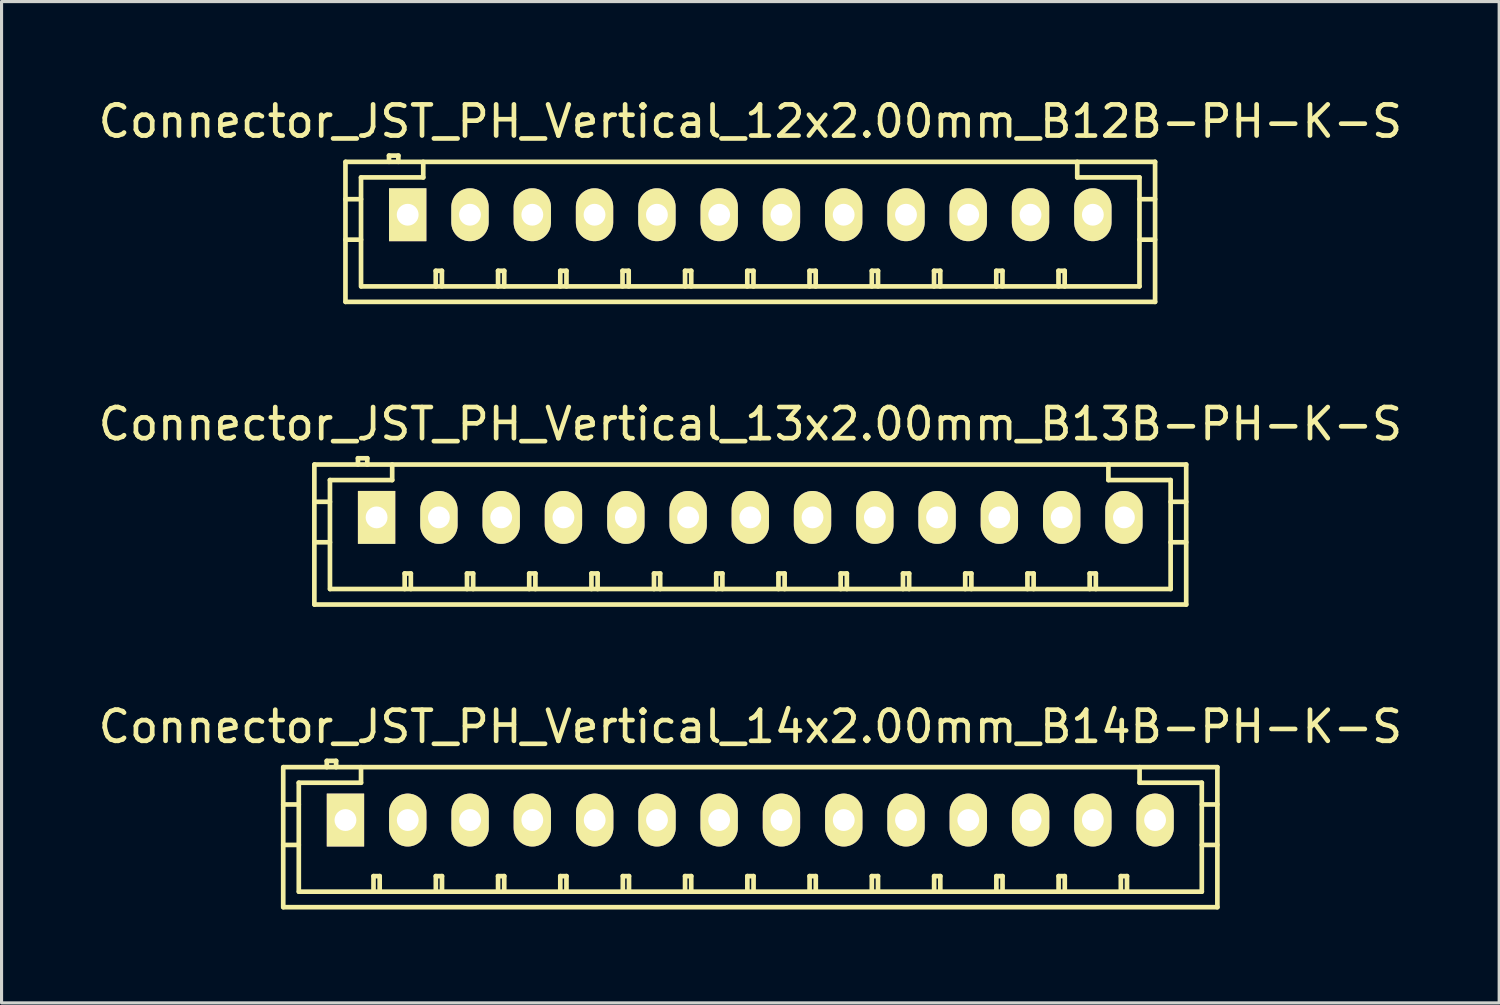
<source format=kicad_pcb>
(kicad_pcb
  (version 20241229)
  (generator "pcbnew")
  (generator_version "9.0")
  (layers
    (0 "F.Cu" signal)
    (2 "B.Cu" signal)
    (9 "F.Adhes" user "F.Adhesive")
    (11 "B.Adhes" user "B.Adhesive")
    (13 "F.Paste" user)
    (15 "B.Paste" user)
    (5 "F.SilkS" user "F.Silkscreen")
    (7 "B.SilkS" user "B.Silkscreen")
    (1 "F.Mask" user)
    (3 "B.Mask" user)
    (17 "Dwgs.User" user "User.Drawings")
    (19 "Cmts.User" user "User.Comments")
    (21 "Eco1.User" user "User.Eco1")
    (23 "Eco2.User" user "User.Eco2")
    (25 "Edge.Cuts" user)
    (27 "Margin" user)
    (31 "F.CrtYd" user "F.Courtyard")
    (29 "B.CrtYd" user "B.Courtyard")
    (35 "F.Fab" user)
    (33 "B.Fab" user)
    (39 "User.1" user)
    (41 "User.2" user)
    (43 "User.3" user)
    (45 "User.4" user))
  (footprint "Connector_JST_PH_Vertical_14x2.00mm_B14B-PH-K-S"
    (layer "F.Cu")
    (at 8.054 23.292)
    (property "Reference" "Connector_JST_PH_Vertical_14x2.00mm_B14B-PH-K-S" (at 13 -3 0) (layer "F.SilkS") (effects (font (size 1 1) (thickness 0.15))))
    (attr through_hole)
    (fp_line (start -2.006 -1.699) (end -2.006 2.799) (stroke (width 0.15) (type solid)) (layer "F.SilkS"))
    (fp_line (start -2.001 -1.699) (end 28.001 -1.699) (stroke (width 0.15) (type solid)) (layer "F.SilkS"))
    (fp_line (start -2.001 2.799) (end 28.001 2.799) (stroke (width 0.15) (type solid)) (layer "F.SilkS"))
    (fp_line (start -1.506 -1.199) (end -1.506 2.301) (stroke (width 0.15) (type solid)) (layer "F.SilkS"))
    (fp_line (start -1.506 -0.5) (end -2.006 -0.5) (stroke (width 0.15) (type solid)) (layer "F.SilkS"))
    (fp_line (start -1.506 0.8) (end -2.006 0.8) (stroke (width 0.15) (type solid)) (layer "F.SilkS"))
    (fp_line (start -0.607 -1.9) (end -0.607 -1.699) (stroke (width 0.15) (type solid)) (layer "F.SilkS"))
    (fp_line (start -0.307 -1.9) (end -0.607 -1.9) (stroke (width 0.15) (type solid)) (layer "F.SilkS"))
    (fp_line (start -0.307 -1.699) (end -0.307 -1.9) (stroke (width 0.15) (type solid)) (layer "F.SilkS"))
    (fp_line (start 0.493 -1.699) (end 0.493 -1.199) (stroke (width 0.15) (type solid)) (layer "F.SilkS"))
    (fp_line (start 0.493 -1.199) (end -1.506 -1.199) (stroke (width 0.15) (type solid)) (layer "F.SilkS"))
    (fp_line (start 0.894 1.801) (end 1.092 1.801) (stroke (width 0.15) (type solid)) (layer "F.SilkS"))
    (fp_line (start 0.894 2.301) (end 0.894 1.801) (stroke (width 0.15) (type solid)) (layer "F.SilkS"))
    (fp_line (start 1.092 1.801) (end 1.092 2.301) (stroke (width 0.15) (type solid)) (layer "F.SilkS"))
    (fp_line (start 2.896 1.801) (end 3.094 1.801) (stroke (width 0.15) (type solid)) (layer "F.SilkS"))
    (fp_line (start 2.896 2.301) (end 2.896 1.801) (stroke (width 0.15) (type solid)) (layer "F.SilkS"))
    (fp_line (start 3.094 1.801) (end 3.094 2.301) (stroke (width 0.15) (type solid)) (layer "F.SilkS"))
    (fp_line (start 4.895 1.801) (end 5.093 1.801) (stroke (width 0.15) (type solid)) (layer "F.SilkS"))
    (fp_line (start 4.895 2.301) (end 4.895 1.801) (stroke (width 0.15) (type solid)) (layer "F.SilkS"))
    (fp_line (start 5.093 1.801) (end 5.093 2.301) (stroke (width 0.15) (type solid)) (layer "F.SilkS"))
    (fp_line (start 6.894 1.801) (end 7.092 1.801) (stroke (width 0.15) (type solid)) (layer "F.SilkS"))
    (fp_line (start 6.894 2.301) (end 6.894 1.801) (stroke (width 0.15) (type solid)) (layer "F.SilkS"))
    (fp_line (start 7.092 1.801) (end 7.092 2.301) (stroke (width 0.15) (type solid)) (layer "F.SilkS"))
    (fp_line (start 8.903 1.801) (end 9.101 1.801) (stroke (width 0.15) (type solid)) (layer "F.SilkS"))
    (fp_line (start 8.903 2.301) (end 8.903 1.801) (stroke (width 0.15) (type solid)) (layer "F.SilkS"))
    (fp_line (start 9.101 1.801) (end 9.101 2.301) (stroke (width 0.15) (type solid)) (layer "F.SilkS"))
    (fp_line (start 10.902 1.801) (end 11.1 1.801) (stroke (width 0.15) (type solid)) (layer "F.SilkS"))
    (fp_line (start 10.902 2.301) (end 10.902 1.801) (stroke (width 0.15) (type solid)) (layer "F.SilkS"))
    (fp_line (start 11.1 1.801) (end 11.1 2.301) (stroke (width 0.15) (type solid)) (layer "F.SilkS"))
    (fp_line (start 12.903 1.801) (end 13.102 1.801) (stroke (width 0.15) (type solid)) (layer "F.SilkS"))
    (fp_line (start 12.903 2.301) (end 12.903 1.801) (stroke (width 0.15) (type solid)) (layer "F.SilkS"))
    (fp_line (start 13.102 1.801) (end 13.102 2.301) (stroke (width 0.15) (type solid)) (layer "F.SilkS"))
    (fp_line (start 14.902 1.801) (end 15.101 1.801) (stroke (width 0.15) (type solid)) (layer "F.SilkS"))
    (fp_line (start 14.902 2.301) (end 14.902 1.801) (stroke (width 0.15) (type solid)) (layer "F.SilkS"))
    (fp_line (start 15.101 1.801) (end 15.101 2.301) (stroke (width 0.15) (type solid)) (layer "F.SilkS"))
    (fp_line (start 16.901 1.801) (end 17.1 1.801) (stroke (width 0.15) (type solid)) (layer "F.SilkS"))
    (fp_line (start 16.901 2.301) (end 16.901 1.801) (stroke (width 0.15) (type solid)) (layer "F.SilkS"))
    (fp_line (start 17.1 1.801) (end 17.1 2.301) (stroke (width 0.15) (type solid)) (layer "F.SilkS"))
    (fp_line (start 18.903 1.801) (end 19.101 1.801) (stroke (width 0.15) (type solid)) (layer "F.SilkS"))
    (fp_line (start 18.903 2.301) (end 18.903 1.801) (stroke (width 0.15) (type solid)) (layer "F.SilkS"))
    (fp_line (start 19.101 1.801) (end 19.101 2.301) (stroke (width 0.15) (type solid)) (layer "F.SilkS"))
    (fp_line (start 20.902 1.801) (end 21.1 1.801) (stroke (width 0.15) (type solid)) (layer "F.SilkS"))
    (fp_line (start 20.902 2.301) (end 20.902 1.801) (stroke (width 0.15) (type solid)) (layer "F.SilkS"))
    (fp_line (start 21.1 1.801) (end 21.1 2.301) (stroke (width 0.15) (type solid)) (layer "F.SilkS"))
    (fp_line (start 22.901 1.801) (end 23.099 1.801) (stroke (width 0.15) (type solid)) (layer "F.SilkS"))
    (fp_line (start 22.901 2.301) (end 22.901 1.801) (stroke (width 0.15) (type solid)) (layer "F.SilkS"))
    (fp_line (start 23.099 1.801) (end 23.099 2.301) (stroke (width 0.15) (type solid)) (layer "F.SilkS"))
    (fp_line (start 24.9 1.801) (end 25.098 1.801) (stroke (width 0.15) (type solid)) (layer "F.SilkS"))
    (fp_line (start 24.9 2.301) (end 24.9 1.801) (stroke (width 0.15) (type solid)) (layer "F.SilkS"))
    (fp_line (start 25.098 1.801) (end 25.098 2.301) (stroke (width 0.15) (type solid)) (layer "F.SilkS"))
    (fp_line (start 25.502 -1.199) (end 25.502 -1.699) (stroke (width 0.15) (type solid)) (layer "F.SilkS"))
    (fp_line (start 27.501 -1.199) (end 25.502 -1.199) (stroke (width 0.15) (type solid)) (layer "F.SilkS"))
    (fp_line (start 27.501 0.8) (end 28.001 0.8) (stroke (width 0.15) (type solid)) (layer "F.SilkS"))
    (fp_line (start 27.501 2.301) (end -1.501 2.301) (stroke (width 0.15) (type solid)) (layer "F.SilkS"))
    (fp_line (start 27.501 2.301) (end 27.501 -1.199) (stroke (width 0.15) (type solid)) (layer "F.SilkS"))
    (fp_line (start 28.001 -1.699) (end 28.001 2.799) (stroke (width 0.15) (type solid)) (layer "F.SilkS"))
    (fp_line (start 28.001 -0.5) (end 27.501 -0.5) (stroke (width 0.15) (type solid)) (layer "F.SilkS"))
    (pad "1" thru_hole rect (at -0.007 0) (size 1.199 1.699) (drill 0.701) (layers "*.Cu" "*.Mask" "F.SilkS"))
    (pad "2" thru_hole oval (at 1.994 0) (size 1.199 1.699) (drill 0.701) (layers "*.Cu" "*.Mask" "F.SilkS"))
    (pad "3" thru_hole oval (at 3.996 0) (size 1.199 1.699) (drill 0.701) (layers "*.Cu" "*.Mask" "F.SilkS"))
    (pad "4" thru_hole oval (at 5.995 0) (size 1.199 1.699) (drill 0.701) (layers "*.Cu" "*.Mask" "F.SilkS"))
    (pad "5" thru_hole oval (at 7.999 0) (size 1.199 1.699) (drill 0.701) (layers "*.Cu" "*.Mask" "F.SilkS"))
    (pad "6" thru_hole oval (at 10 0) (size 1.199 1.699) (drill 0.701) (layers "*.Cu" "*.Mask" "F.SilkS"))
    (pad "7" thru_hole oval (at 11.997 0) (size 1.199 1.699) (drill 0.701) (layers "*.Cu" "*.Mask" "F.SilkS"))
    (pad "8" thru_hole oval (at 13.998 0) (size 1.199 1.699) (drill 0.701) (layers "*.Cu" "*.Mask" "F.SilkS"))
    (pad "9" thru_hole oval (at 16 0) (size 1.199 1.699) (drill 0.701) (layers "*.Cu" "*.Mask" "F.SilkS"))
    (pad "10" thru_hole oval (at 17.999 0) (size 1.199 1.699) (drill 0.701) (layers "*.Cu" "*.Mask" "F.SilkS"))
    (pad "11" thru_hole oval (at 20 0) (size 1.199 1.699) (drill 0.701) (layers "*.Cu" "*.Mask" "F.SilkS"))
    (pad "12" thru_hole oval (at 22.002 0) (size 1.199 1.699) (drill 0.701) (layers "*.Cu" "*.Mask" "F.SilkS"))
    (pad "13" thru_hole oval (at 24.001 0) (size 1.199 1.699) (drill 0.701) (layers "*.Cu" "*.Mask" "F.SilkS"))
    (pad "14" thru_hole oval (at 26 0) (size 1.199 1.699) (drill 0.701) (layers "*.Cu" "*.Mask" "F.SilkS")))
  (footprint "Connector_JST_PH_Vertical_13x2.00mm_B13B-PH-K-S"
    (layer "F.Cu")
    (at 9.054 13.57)
    (property "Reference" "Connector_JST_PH_Vertical_13x2.00mm_B13B-PH-K-S" (at 12 -3 0) (layer "F.SilkS") (effects (font (size 1 1) (thickness 0.15))))
    (attr through_hole)
    (fp_line (start -2.006 -1.699) (end -2.006 2.799) (stroke (width 0.15) (type solid)) (layer "F.SilkS"))
    (fp_line (start -1.505 -1.199) (end -1.505 2.301) (stroke (width 0.15) (type solid)) (layer "F.SilkS"))
    (fp_line (start -1.505 -0.5) (end -2.006 -0.5) (stroke (width 0.15) (type solid)) (layer "F.SilkS"))
    (fp_line (start -1.505 0.8) (end -2.006 0.8) (stroke (width 0.15) (type solid)) (layer "F.SilkS"))
    (fp_line (start -1.5 2.301) (end 25.5 2.301) (stroke (width 0.15) (type solid)) (layer "F.SilkS"))
    (fp_line (start -0.606 -1.9) (end -0.606 -1.699) (stroke (width 0.15) (type solid)) (layer "F.SilkS"))
    (fp_line (start -0.306 -1.9) (end -0.606 -1.9) (stroke (width 0.15) (type solid)) (layer "F.SilkS"))
    (fp_line (start -0.306 -1.699) (end -0.306 -1.9) (stroke (width 0.15) (type solid)) (layer "F.SilkS"))
    (fp_line (start 0.494 -1.699) (end 0.494 -1.199) (stroke (width 0.15) (type solid)) (layer "F.SilkS"))
    (fp_line (start 0.494 -1.199) (end -1.505 -1.199) (stroke (width 0.15) (type solid)) (layer "F.SilkS"))
    (fp_line (start 0.895 1.801) (end 1.093 1.801) (stroke (width 0.15) (type solid)) (layer "F.SilkS"))
    (fp_line (start 0.895 2.301) (end 0.895 1.801) (stroke (width 0.15) (type solid)) (layer "F.SilkS"))
    (fp_line (start 1.093 1.801) (end 1.093 2.301) (stroke (width 0.15) (type solid)) (layer "F.SilkS"))
    (fp_line (start 2.897 1.801) (end 3.095 1.801) (stroke (width 0.15) (type solid)) (layer "F.SilkS"))
    (fp_line (start 2.897 2.301) (end 2.897 1.801) (stroke (width 0.15) (type solid)) (layer "F.SilkS"))
    (fp_line (start 3.095 1.801) (end 3.095 2.301) (stroke (width 0.15) (type solid)) (layer "F.SilkS"))
    (fp_line (start 4.896 1.801) (end 5.094 1.801) (stroke (width 0.15) (type solid)) (layer "F.SilkS"))
    (fp_line (start 4.896 2.301) (end 4.896 1.801) (stroke (width 0.15) (type solid)) (layer "F.SilkS"))
    (fp_line (start 5.094 1.801) (end 5.094 2.301) (stroke (width 0.15) (type solid)) (layer "F.SilkS"))
    (fp_line (start 6.895 1.801) (end 7.093 1.801) (stroke (width 0.15) (type solid)) (layer "F.SilkS"))
    (fp_line (start 6.895 2.301) (end 6.895 1.801) (stroke (width 0.15) (type solid)) (layer "F.SilkS"))
    (fp_line (start 7.093 1.801) (end 7.093 2.301) (stroke (width 0.15) (type solid)) (layer "F.SilkS"))
    (fp_line (start 8.904 1.801) (end 9.102 1.801) (stroke (width 0.15) (type solid)) (layer "F.SilkS"))
    (fp_line (start 8.904 2.301) (end 8.904 1.801) (stroke (width 0.15) (type solid)) (layer "F.SilkS"))
    (fp_line (start 9.102 1.801) (end 9.102 2.301) (stroke (width 0.15) (type solid)) (layer "F.SilkS"))
    (fp_line (start 10.903 1.801) (end 11.101 1.801) (stroke (width 0.15) (type solid)) (layer "F.SilkS"))
    (fp_line (start 10.903 2.301) (end 10.903 1.801) (stroke (width 0.15) (type solid)) (layer "F.SilkS"))
    (fp_line (start 11.101 1.801) (end 11.101 2.301) (stroke (width 0.15) (type solid)) (layer "F.SilkS"))
    (fp_line (start 12.902 1.801) (end 13.1 1.801) (stroke (width 0.15) (type solid)) (layer "F.SilkS"))
    (fp_line (start 12.902 2.301) (end 12.902 1.801) (stroke (width 0.15) (type solid)) (layer "F.SilkS"))
    (fp_line (start 13.1 1.801) (end 13.1 2.301) (stroke (width 0.15) (type solid)) (layer "F.SilkS"))
    (fp_line (start 14.901 1.801) (end 15.099 1.801) (stroke (width 0.15) (type solid)) (layer "F.SilkS"))
    (fp_line (start 14.901 2.301) (end 14.901 1.801) (stroke (width 0.15) (type solid)) (layer "F.SilkS"))
    (fp_line (start 15.099 1.801) (end 15.099 2.301) (stroke (width 0.15) (type solid)) (layer "F.SilkS"))
    (fp_line (start 16.902 1.801) (end 17.1 1.801) (stroke (width 0.15) (type solid)) (layer "F.SilkS"))
    (fp_line (start 16.902 2.301) (end 16.902 1.801) (stroke (width 0.15) (type solid)) (layer "F.SilkS"))
    (fp_line (start 17.1 1.801) (end 17.1 2.301) (stroke (width 0.15) (type solid)) (layer "F.SilkS"))
    (fp_line (start 18.901 1.801) (end 19.099 1.801) (stroke (width 0.15) (type solid)) (layer "F.SilkS"))
    (fp_line (start 18.901 2.301) (end 18.901 1.801) (stroke (width 0.15) (type solid)) (layer "F.SilkS"))
    (fp_line (start 19.099 1.801) (end 19.099 2.301) (stroke (width 0.15) (type solid)) (layer "F.SilkS"))
    (fp_line (start 20.9 1.801) (end 21.098 1.801) (stroke (width 0.15) (type solid)) (layer "F.SilkS"))
    (fp_line (start 20.9 2.301) (end 20.9 1.801) (stroke (width 0.15) (type solid)) (layer "F.SilkS"))
    (fp_line (start 21.098 1.801) (end 21.098 2.301) (stroke (width 0.15) (type solid)) (layer "F.SilkS"))
    (fp_line (start 22.899 1.801) (end 23.097 1.801) (stroke (width 0.15) (type solid)) (layer "F.SilkS"))
    (fp_line (start 22.899 2.301) (end 22.899 1.801) (stroke (width 0.15) (type solid)) (layer "F.SilkS"))
    (fp_line (start 23.097 1.801) (end 23.097 2.301) (stroke (width 0.15) (type solid)) (layer "F.SilkS"))
    (fp_line (start 23.501 -1.199) (end 23.501 -1.699) (stroke (width 0.15) (type solid)) (layer "F.SilkS"))
    (fp_line (start 25.5 -1.199) (end 23.501 -1.199) (stroke (width 0.15) (type solid)) (layer "F.SilkS"))
    (fp_line (start 25.5 0.8) (end 26 0.8) (stroke (width 0.15) (type solid)) (layer "F.SilkS"))
    (fp_line (start 25.5 2.301) (end 25.5 -1.199) (stroke (width 0.15) (type solid)) (layer "F.SilkS"))
    (fp_line (start 26 -1.699) (end -2 -1.699) (stroke (width 0.15) (type solid)) (layer "F.SilkS"))
    (fp_line (start 26 -1.699) (end 26 2.799) (stroke (width 0.15) (type solid)) (layer "F.SilkS"))
    (fp_line (start 26 -0.5) (end 25.5 -0.5) (stroke (width 0.15) (type solid)) (layer "F.SilkS"))
    (fp_line (start 26 2.799) (end -2 2.799) (stroke (width 0.15) (type solid)) (layer "F.SilkS"))
    (pad "1" thru_hole rect (at -0.007 0) (size 1.199 1.699) (drill 0.701) (layers "*.Cu" "*.Mask" "F.SilkS"))
    (pad "2" thru_hole oval (at 1.995 0) (size 1.199 1.699) (drill 0.701) (layers "*.Cu" "*.Mask" "F.SilkS"))
    (pad "3" thru_hole oval (at 3.996 0) (size 1.199 1.699) (drill 0.701) (layers "*.Cu" "*.Mask" "F.SilkS"))
    (pad "4" thru_hole oval (at 5.995 0) (size 1.199 1.699) (drill 0.701) (layers "*.Cu" "*.Mask" "F.SilkS"))
    (pad "5" thru_hole oval (at 8 0) (size 1.199 1.699) (drill 0.701) (layers "*.Cu" "*.Mask" "F.SilkS"))
    (pad "6" thru_hole oval (at 10.001 0) (size 1.199 1.699) (drill 0.701) (layers "*.Cu" "*.Mask" "F.SilkS"))
    (pad "7" thru_hole oval (at 11.997 0) (size 1.199 1.699) (drill 0.701) (layers "*.Cu" "*.Mask" "F.SilkS"))
    (pad "8" thru_hole oval (at 13.996 0) (size 1.199 1.699) (drill 0.701) (layers "*.Cu" "*.Mask" "F.SilkS"))
    (pad "9" thru_hole oval (at 15.998 0) (size 1.199 1.699) (drill 0.701) (layers "*.Cu" "*.Mask" "F.SilkS"))
    (pad "10" thru_hole oval (at 17.997 0) (size 1.199 1.699) (drill 0.701) (layers "*.Cu" "*.Mask" "F.SilkS"))
    (pad "11" thru_hole oval (at 19.998 0) (size 1.199 1.699) (drill 0.701) (layers "*.Cu" "*.Mask" "F.SilkS"))
    (pad "12" thru_hole oval (at 22 0) (size 1.199 1.699) (drill 0.701) (layers "*.Cu" "*.Mask" "F.SilkS"))
    (pad "13" thru_hole oval (at 23.999 0) (size 1.199 1.699) (drill 0.701) (layers "*.Cu" "*.Mask" "F.SilkS")))
  (footprint "Connector_JST_PH_Vertical_12x2.00mm_B12B-PH-K-S"
    (layer "F.Cu")
    (at 10.054 3.848)
    (property "Reference" "Connector_JST_PH_Vertical_12x2.00mm_B12B-PH-K-S" (at 11 -3 0) (layer "F.SilkS") (effects (font (size 1 1) (thickness 0.15))))
    (attr through_hole)
    (fp_line (start -2.007 -1.699) (end -2.007 2.799) (stroke (width 0.15) (type solid)) (layer "F.SilkS"))
    (fp_line (start -2 -1.699) (end 24 -1.699) (stroke (width 0.15) (type solid)) (layer "F.SilkS"))
    (fp_line (start -2 2.799) (end 24 2.799) (stroke (width 0.15) (type solid)) (layer "F.SilkS"))
    (fp_line (start -1.507 -1.199) (end -1.507 2.301) (stroke (width 0.15) (type solid)) (layer "F.SilkS"))
    (fp_line (start -1.507 -0.5) (end -2.007 -0.5) (stroke (width 0.15) (type solid)) (layer "F.SilkS"))
    (fp_line (start -1.507 0.8) (end -2.007 0.8) (stroke (width 0.15) (type solid)) (layer "F.SilkS"))
    (fp_line (start -0.608 -1.9) (end -0.608 -1.699) (stroke (width 0.15) (type solid)) (layer "F.SilkS"))
    (fp_line (start -0.308 -1.9) (end -0.608 -1.9) (stroke (width 0.15) (type solid)) (layer "F.SilkS"))
    (fp_line (start -0.308 -1.699) (end -0.308 -1.9) (stroke (width 0.15) (type solid)) (layer "F.SilkS"))
    (fp_line (start 0.492 -1.699) (end 0.492 -1.199) (stroke (width 0.15) (type solid)) (layer "F.SilkS"))
    (fp_line (start 0.492 -1.199) (end -1.507 -1.199) (stroke (width 0.15) (type solid)) (layer "F.SilkS"))
    (fp_line (start 0.893 1.801) (end 1.091 1.801) (stroke (width 0.15) (type solid)) (layer "F.SilkS"))
    (fp_line (start 0.893 2.301) (end 0.893 1.801) (stroke (width 0.15) (type solid)) (layer "F.SilkS"))
    (fp_line (start 1.091 1.801) (end 1.091 2.301) (stroke (width 0.15) (type solid)) (layer "F.SilkS"))
    (fp_line (start 2.895 1.801) (end 3.093 1.801) (stroke (width 0.15) (type solid)) (layer "F.SilkS"))
    (fp_line (start 2.895 2.301) (end 2.895 1.801) (stroke (width 0.15) (type solid)) (layer "F.SilkS"))
    (fp_line (start 3.093 1.801) (end 3.093 2.301) (stroke (width 0.15) (type solid)) (layer "F.SilkS"))
    (fp_line (start 4.894 1.801) (end 5.092 1.801) (stroke (width 0.15) (type solid)) (layer "F.SilkS"))
    (fp_line (start 4.894 2.301) (end 4.894 1.801) (stroke (width 0.15) (type solid)) (layer "F.SilkS"))
    (fp_line (start 5.092 1.801) (end 5.092 2.301) (stroke (width 0.15) (type solid)) (layer "F.SilkS"))
    (fp_line (start 6.893 1.801) (end 7.091 1.801) (stroke (width 0.15) (type solid)) (layer "F.SilkS"))
    (fp_line (start 6.893 2.301) (end 6.893 1.801) (stroke (width 0.15) (type solid)) (layer "F.SilkS"))
    (fp_line (start 7.091 1.801) (end 7.091 2.301) (stroke (width 0.15) (type solid)) (layer "F.SilkS"))
    (fp_line (start 8.902 1.801) (end 9.1 1.801) (stroke (width 0.15) (type solid)) (layer "F.SilkS"))
    (fp_line (start 8.902 2.301) (end 8.902 1.801) (stroke (width 0.15) (type solid)) (layer "F.SilkS"))
    (fp_line (start 9.1 1.801) (end 9.1 2.301) (stroke (width 0.15) (type solid)) (layer "F.SilkS"))
    (fp_line (start 10.901 1.801) (end 11.099 1.801) (stroke (width 0.15) (type solid)) (layer "F.SilkS"))
    (fp_line (start 10.901 2.301) (end 10.901 1.801) (stroke (width 0.15) (type solid)) (layer "F.SilkS"))
    (fp_line (start 11.099 1.801) (end 11.099 2.301) (stroke (width 0.15) (type solid)) (layer "F.SilkS"))
    (fp_line (start 12.9 1.801) (end 13.098 1.801) (stroke (width 0.15) (type solid)) (layer "F.SilkS"))
    (fp_line (start 12.9 2.301) (end 12.9 1.801) (stroke (width 0.15) (type solid)) (layer "F.SilkS"))
    (fp_line (start 13.098 1.801) (end 13.098 2.301) (stroke (width 0.15) (type solid)) (layer "F.SilkS"))
    (fp_line (start 14.901 1.801) (end 15.1 1.801) (stroke (width 0.15) (type solid)) (layer "F.SilkS"))
    (fp_line (start 14.901 2.301) (end 14.901 1.801) (stroke (width 0.15) (type solid)) (layer "F.SilkS"))
    (fp_line (start 15.1 1.801) (end 15.1 2.301) (stroke (width 0.15) (type solid)) (layer "F.SilkS"))
    (fp_line (start 16.9 1.801) (end 17.099 1.801) (stroke (width 0.15) (type solid)) (layer "F.SilkS"))
    (fp_line (start 16.9 2.301) (end 16.9 1.801) (stroke (width 0.15) (type solid)) (layer "F.SilkS"))
    (fp_line (start 17.099 1.801) (end 17.099 2.301) (stroke (width 0.15) (type solid)) (layer "F.SilkS"))
    (fp_line (start 18.899 1.801) (end 19.098 1.801) (stroke (width 0.15) (type solid)) (layer "F.SilkS"))
    (fp_line (start 18.899 2.301) (end 18.899 1.801) (stroke (width 0.15) (type solid)) (layer "F.SilkS"))
    (fp_line (start 19.098 1.801) (end 19.098 2.301) (stroke (width 0.15) (type solid)) (layer "F.SilkS"))
    (fp_line (start 20.898 1.801) (end 21.096 1.801) (stroke (width 0.15) (type solid)) (layer "F.SilkS"))
    (fp_line (start 20.898 2.301) (end 20.898 1.801) (stroke (width 0.15) (type solid)) (layer "F.SilkS"))
    (fp_line (start 21.096 1.801) (end 21.096 2.301) (stroke (width 0.15) (type solid)) (layer "F.SilkS"))
    (fp_line (start 21.5 -1.199) (end 21.5 -1.699) (stroke (width 0.15) (type solid)) (layer "F.SilkS"))
    (fp_line (start 23.499 -1.199) (end 21.5 -1.199) (stroke (width 0.15) (type solid)) (layer "F.SilkS"))
    (fp_line (start 23.499 0.8) (end 24 0.8) (stroke (width 0.15) (type solid)) (layer "F.SilkS"))
    (fp_line (start 23.499 2.301) (end -1.499 2.301) (stroke (width 0.15) (type solid)) (layer "F.SilkS"))
    (fp_line (start 23.499 2.301) (end 23.499 -1.199) (stroke (width 0.15) (type solid)) (layer "F.SilkS"))
    (fp_line (start 24 -1.699) (end 24 2.799) (stroke (width 0.15) (type solid)) (layer "F.SilkS"))
    (fp_line (start 24 -0.5) (end 23.499 -0.5) (stroke (width 0.15) (type solid)) (layer "F.SilkS"))
    (pad "1" thru_hole rect (at -0.008 0) (size 1.199 1.699) (drill 0.701) (layers "*.Cu" "*.Mask" "F.SilkS"))
    (pad "2" thru_hole oval (at 1.993 0) (size 1.199 1.699) (drill 0.701) (layers "*.Cu" "*.Mask" "F.SilkS"))
    (pad "3" thru_hole oval (at 3.995 0) (size 1.199 1.699) (drill 0.701) (layers "*.Cu" "*.Mask" "F.SilkS"))
    (pad "4" thru_hole oval (at 5.994 0) (size 1.199 1.699) (drill 0.701) (layers "*.Cu" "*.Mask" "F.SilkS"))
    (pad "5" thru_hole oval (at 7.998 0) (size 1.199 1.699) (drill 0.701) (layers "*.Cu" "*.Mask" "F.SilkS"))
    (pad "6" thru_hole oval (at 9.999 0) (size 1.199 1.699) (drill 0.701) (layers "*.Cu" "*.Mask" "F.SilkS"))
    (pad "7" thru_hole oval (at 11.998 0) (size 1.199 1.699) (drill 0.701) (layers "*.Cu" "*.Mask" "F.SilkS"))
    (pad "8" thru_hole oval (at 13.997 0) (size 1.199 1.699) (drill 0.701) (layers "*.Cu" "*.Mask" "F.SilkS"))
    (pad "9" thru_hole oval (at 15.999 0) (size 1.199 1.699) (drill 0.701) (layers "*.Cu" "*.Mask" "F.SilkS"))
    (pad "10" thru_hole oval (at 17.998 0) (size 1.199 1.699) (drill 0.701) (layers "*.Cu" "*.Mask" "F.SilkS"))
    (pad "11" thru_hole oval (at 19.999 0) (size 1.199 1.699) (drill 0.701) (layers "*.Cu" "*.Mask" "F.SilkS"))
    (pad "12" thru_hole oval (at 22.001 0) (size 1.199 1.699) (drill 0.701) (layers "*.Cu" "*.Mask" "F.SilkS")))
  (gr_rect
    (start -3 -3)
    (end 45.107 29.166)
    (stroke (width 0.1) (type default))
    (fill no)
    (layer "Edge.Cuts")))
</source>
